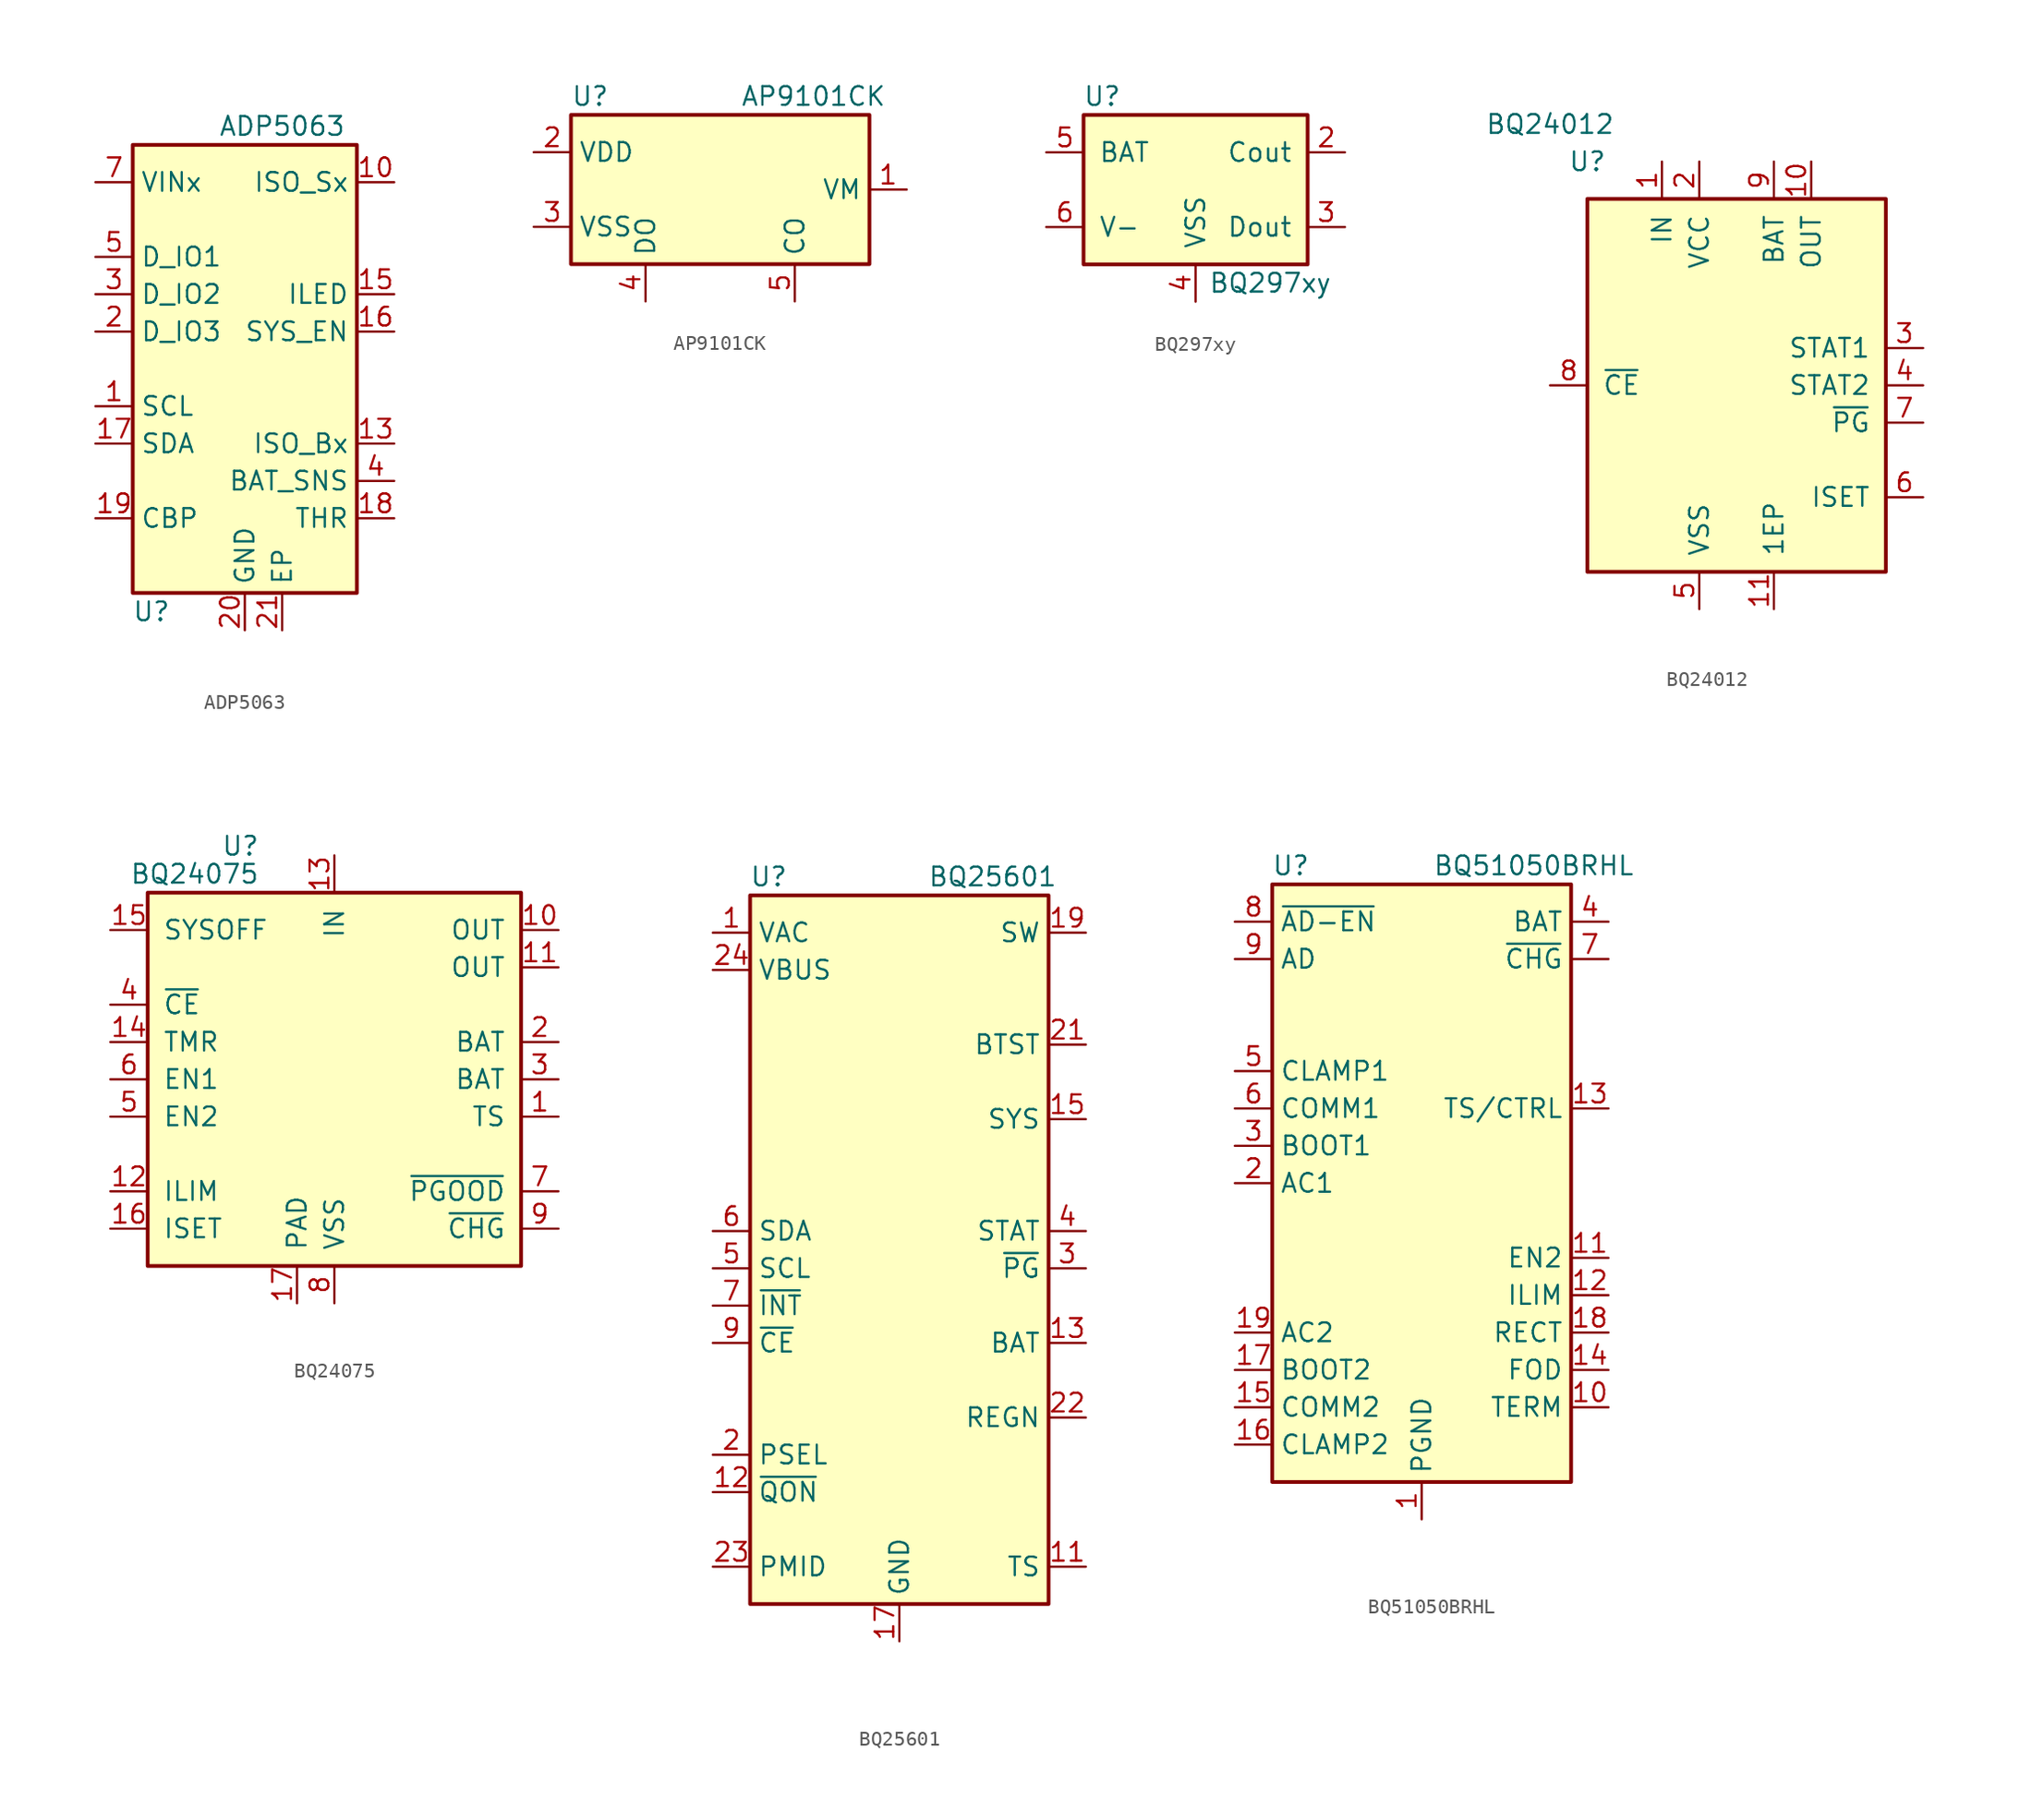
<source format=kicad_sym>
(kicad_symbol_lib
  (version 20201005)
  (generator kicad_symbol_editor)
  (symbol "ADP5063"
    (property "Reference" "U"
      (at -6.35 -16.51 0)
      (effects (font (size 1.27 1.27))))
    (property "Value" "ADP5063"
      (at 2.54 16.51 0)
      (effects (font (size 1.27 1.27))))
    (symbol "ADP5063_1_1"
      (rectangle (start -7.62 15.24) (end 7.62 -15.24) (stroke (width 0.254)) (fill (type background)))
      (pin input line (at -10.16 -2.54 0) (length 2.54) (name "SCL" (effects (font (size 1.27 1.27)))) (number "1" (effects (font (size 1.27 1.27)))))
      (pin power_out line (at 10.16 12.7 180) (length 2.54) (name "ISO_Sx" (effects (font (size 1.27 1.27)))) (number "10" (effects (font (size 1.27 1.27)))))
      (pin passive line (at 10.16 12.7 180) (length 2.54) hide (name "ISO_Sx" (effects (font (size 1.27 1.27)))) (number "11" (effects (font (size 1.27 1.27)))))
      (pin passive line (at 10.16 -5.08 180) (length 2.54) hide (name "ISO_Bx" (effects (font (size 1.27 1.27)))) (number "12" (effects (font (size 1.27 1.27)))))
      (pin passive line (at 10.16 -5.08 180) (length 2.54) (name "ISO_Bx" (effects (font (size 1.27 1.27)))) (number "13" (effects (font (size 1.27 1.27)))))
      (pin passive line (at 10.16 -5.08 180) (length 2.54) hide (name "ISO_Bx" (effects (font (size 1.27 1.27)))) (number "14" (effects (font (size 1.27 1.27)))))
      (pin open_collector line (at 10.16 5.08 180) (length 2.54) (name "ILED" (effects (font (size 1.27 1.27)))) (number "15" (effects (font (size 1.27 1.27)))))
      (pin open_collector line (at 10.16 2.54 180) (length 2.54) (name "SYS_EN" (effects (font (size 1.27 1.27)))) (number "16" (effects (font (size 1.27 1.27)))))
      (pin bidirectional line (at -10.16 -5.08 0) (length 2.54) (name "SDA" (effects (font (size 1.27 1.27)))) (number "17" (effects (font (size 1.27 1.27)))))
      (pin passive line (at 10.16 -10.16 180) (length 2.54) (name "THR" (effects (font (size 1.27 1.27)))) (number "18" (effects (font (size 1.27 1.27)))))
      (pin passive line (at -10.16 -10.16 0) (length 2.54) (name "CBP" (effects (font (size 1.27 1.27)))) (number "19" (effects (font (size 1.27 1.27)))))
      (pin bidirectional line (at -10.16 2.54 0) (length 2.54) (name "D_IO3" (effects (font (size 1.27 1.27)))) (number "2" (effects (font (size 1.27 1.27)))))
      (pin power_in line (at 0 -17.78 90) (length 2.54) (name "GND" (effects (font (size 1.27 1.27)))) (number "20" (effects (font (size 1.27 1.27)))))
      (pin passive line (at 2.54 -17.78 90) (length 2.54) (name "EP" (effects (font (size 1.27 1.27)))) (number "21" (effects (font (size 1.27 1.27)))))
      (pin bidirectional line (at -10.16 5.08 0) (length 2.54) (name "D_IO2" (effects (font (size 1.27 1.27)))) (number "3" (effects (font (size 1.27 1.27)))))
      (pin passive line (at 10.16 -7.62 180) (length 2.54) (name "BAT_SNS" (effects (font (size 1.27 1.27)))) (number "4" (effects (font (size 1.27 1.27)))))
      (pin bidirectional line (at -10.16 7.62 0) (length 2.54) (name "D_IO1" (effects (font (size 1.27 1.27)))) (number "5" (effects (font (size 1.27 1.27)))))
      (pin input line (at -10.16 12.7 0) (length 2.54) hide (name "VINx" (effects (font (size 1.27 1.27)))) (number "6" (effects (font (size 1.27 1.27)))))
      (pin input line (at -10.16 12.7 0) (length 2.54) (name "VINx" (effects (font (size 1.27 1.27)))) (number "7" (effects (font (size 1.27 1.27)))))
      (pin input line (at -10.16 12.7 0) (length 2.54) hide (name "VINx" (effects (font (size 1.27 1.27)))) (number "8" (effects (font (size 1.27 1.27)))))
      (pin passive line (at 10.16 12.7 180) (length 2.54) hide (name "ISO_Sx" (effects (font (size 1.27 1.27)))) (number "9" (effects (font (size 1.27 1.27)))))))
  (symbol "AP9101CK"
    (property "Reference" "U"
      (at -10.16 6.35 0)
      (effects (font (size 1.27 1.27)) (justify left)))
    (property "Value" "AP9101CK"
      (at 6.35 6.35 0)
      (effects (font (size 1.27 1.27))))
    (symbol "AP9101CK_0_1"
      (rectangle (start -10.16 5.08) (end 10.16 -5.08) (stroke (width 0.254)) (fill (type background))))
    (symbol "AP9101CK_1_1"
      (pin passive line (at 12.7 0 180) (length 2.54) (name "VM" (effects (font (size 1.27 1.27)))) (number "1" (effects (font (size 1.27 1.27)))))
      (pin power_in line (at -12.7 2.54 0) (length 2.54) (name "VDD" (effects (font (size 1.27 1.27)))) (number "2" (effects (font (size 1.27 1.27)))))
      (pin power_in line (at -12.7 -2.54 0) (length 2.54) (name "VSS" (effects (font (size 1.27 1.27)))) (number "3" (effects (font (size 1.27 1.27)))))
      (pin output line (at -5.08 -7.62 90) (length 2.54) (name "DO" (effects (font (size 1.27 1.27)))) (number "4" (effects (font (size 1.27 1.27)))))
      (pin output line (at 5.08 -7.62 90) (length 2.54) (name "CO" (effects (font (size 1.27 1.27)))) (number "5" (effects (font (size 1.27 1.27)))))))
  (symbol "BQ297xy"
    (pin_names
      (offset 1.016))
    (property "Reference" "U"
      (at -6.35 6.35 0)
      (effects (font (size 1.27 1.27))))
    (property "Value" "BQ297xy"
      (at 5.08 -6.35 0)
      (effects (font (size 1.27 1.27))))
    (symbol "BQ297xy_0_1"
      (rectangle (start -7.62 5.08) (end 7.62 -5.08) (stroke (width 0.254)) (fill (type background))))
    (symbol "BQ297xy_1_1"
      (pin no_connect line (at 7.62 0 180) (length 2.54) hide (name "NC" (effects (font (size 1.27 1.27)))) (number "1" (effects (font (size 1.27 1.27)))))
      (pin output line (at 10.16 2.54 180) (length 2.54) (name "Cout" (effects (font (size 1.27 1.27)))) (number "2" (effects (font (size 1.27 1.27)))))
      (pin output line (at 10.16 -2.54 180) (length 2.54) (name "Dout" (effects (font (size 1.27 1.27)))) (number "3" (effects (font (size 1.27 1.27)))))
      (pin power_in line (at 0 -7.62 90) (length 2.54) (name "VSS" (effects (font (size 1.27 1.27)))) (number "4" (effects (font (size 1.27 1.27)))))
      (pin input line (at -10.16 2.54 0) (length 2.54) (name "BAT" (effects (font (size 1.27 1.27)))) (number "5" (effects (font (size 1.27 1.27)))))
      (pin input line (at -10.16 -2.54 0) (length 2.54) (name "V-" (effects (font (size 1.27 1.27)))) (number "6" (effects (font (size 1.27 1.27)))))))
  (symbol "BQ24012"
    (pin_names
      (offset 1.016))
    (property "Reference" "U"
      (at -10.16 15.24 0)
      (effects (font (size 1.27 1.27))))
    (property "Value" "BQ24012"
      (at -12.7 17.78 0)
      (effects (font (size 1.27 1.27))))
    (symbol "BQ24012_0_1"
      (rectangle (start -10.16 12.7) (end 10.16 -12.7) (stroke (width 0.254)) (fill (type background))))
    (symbol "BQ24012_1_1"
      (pin power_in line (at -5.08 15.24 270) (length 2.54) (name "IN" (effects (font (size 1.27 1.27)))) (number "1" (effects (font (size 1.27 1.27)))))
      (pin power_out line (at 5.08 15.24 270) (length 2.54) (name "OUT" (effects (font (size 1.27 1.27)))) (number "10" (effects (font (size 1.27 1.27)))))
      (pin passive line (at 2.54 -15.24 90) (length 2.54) (name "1EP" (effects (font (size 1.27 1.27)))) (number "11" (effects (font (size 1.27 1.27)))))
      (pin power_in line (at -2.54 15.24 270) (length 2.54) (name "VCC" (effects (font (size 1.27 1.27)))) (number "2" (effects (font (size 1.27 1.27)))))
      (pin open_collector line (at 12.7 2.54 180) (length 2.54) (name "STAT1" (effects (font (size 1.27 1.27)))) (number "3" (effects (font (size 1.27 1.27)))))
      (pin open_collector line (at 12.7 0 180) (length 2.54) (name "STAT2" (effects (font (size 1.27 1.27)))) (number "4" (effects (font (size 1.27 1.27)))))
      (pin power_in line (at -2.54 -15.24 90) (length 2.54) (name "VSS" (effects (font (size 1.27 1.27)))) (number "5" (effects (font (size 1.27 1.27)))))
      (pin output line (at 12.7 -7.62 180) (length 2.54) (name "ISET" (effects (font (size 1.27 1.27)))) (number "6" (effects (font (size 1.27 1.27)))))
      (pin open_collector line (at 12.7 -2.54 180) (length 2.54) (name "~PG" (effects (font (size 1.27 1.27)))) (number "7" (effects (font (size 1.27 1.27)))))
      (pin input line (at -12.7 0 0) (length 2.54) (name "~CE" (effects (font (size 1.27 1.27)))) (number "8" (effects (font (size 1.27 1.27)))))
      (pin input line (at 2.54 15.24 270) (length 2.54) (name "BAT" (effects (font (size 1.27 1.27)))) (number "9" (effects (font (size 1.27 1.27)))))))
  (symbol "BQ24075"
    (pin_names
      (offset 1.016))
    (property "Reference" "U"
      (at -5.08 15.875 0)
      (effects (font (size 1.27 1.27)) (justify right)))
    (property "Value" "BQ24075"
      (at -5.08 13.97 0)
      (effects (font (size 1.27 1.27)) (justify right)))
    (symbol "BQ24075_0_1"
      (rectangle (start -12.7 12.7) (end 12.7 -12.7) (stroke (width 0.254)) (fill (type background))))
    (symbol "BQ24075_1_1"
      (pin passive line (at 15.24 -2.54 180) (length 2.54) (name "TS" (effects (font (size 1.27 1.27)))) (number "1" (effects (font (size 1.27 1.27)))))
      (pin power_out line (at 15.24 10.16 180) (length 2.54) (name "OUT" (effects (font (size 1.27 1.27)))) (number "10" (effects (font (size 1.27 1.27)))))
      (pin power_out line (at 15.24 7.62 180) (length 2.54) (name "OUT" (effects (font (size 1.27 1.27)))) (number "11" (effects (font (size 1.27 1.27)))))
      (pin passive line (at -15.24 -7.62 0) (length 2.54) (name "ILIM" (effects (font (size 1.27 1.27)))) (number "12" (effects (font (size 1.27 1.27)))))
      (pin power_in line (at 0 15.24 270) (length 2.54) (name "IN" (effects (font (size 1.27 1.27)))) (number "13" (effects (font (size 1.27 1.27)))))
      (pin input line (at -15.24 2.54 0) (length 2.54) (name "TMR" (effects (font (size 1.27 1.27)))) (number "14" (effects (font (size 1.27 1.27)))))
      (pin input line (at -15.24 10.16 0) (length 2.54) (name "SYSOFF" (effects (font (size 1.27 1.27)))) (number "15" (effects (font (size 1.27 1.27)))))
      (pin passive line (at -15.24 -10.16 0) (length 2.54) (name "ISET" (effects (font (size 1.27 1.27)))) (number "16" (effects (font (size 1.27 1.27)))))
      (pin power_in line (at -2.54 -15.24 90) (length 2.54) (name "PAD" (effects (font (size 1.27 1.27)))) (number "17" (effects (font (size 1.27 1.27)))))
      (pin power_out line (at 15.24 2.54 180) (length 2.54) (name "BAT" (effects (font (size 1.27 1.27)))) (number "2" (effects (font (size 1.27 1.27)))))
      (pin power_out line (at 15.24 0 180) (length 2.54) (name "BAT" (effects (font (size 1.27 1.27)))) (number "3" (effects (font (size 1.27 1.27)))))
      (pin input line (at -15.24 5.08 0) (length 2.54) (name "~CE" (effects (font (size 1.27 1.27)))) (number "4" (effects (font (size 1.27 1.27)))))
      (pin input line (at -15.24 -2.54 0) (length 2.54) (name "EN2" (effects (font (size 1.27 1.27)))) (number "5" (effects (font (size 1.27 1.27)))))
      (pin input line (at -15.24 0 0) (length 2.54) (name "EN1" (effects (font (size 1.27 1.27)))) (number "6" (effects (font (size 1.27 1.27)))))
      (pin open_collector line (at 15.24 -7.62 180) (length 2.54) (name "~PGOOD" (effects (font (size 1.27 1.27)))) (number "7" (effects (font (size 1.27 1.27)))))
      (pin power_in line (at 0 -15.24 90) (length 2.54) (name "VSS" (effects (font (size 1.27 1.27)))) (number "8" (effects (font (size 1.27 1.27)))))
      (pin open_collector line (at 15.24 -10.16 180) (length 2.54) (name "~CHG" (effects (font (size 1.27 1.27)))) (number "9" (effects (font (size 1.27 1.27)))))))
  (symbol "BQ25601"
    (property "Reference" "U"
      (at -8.89 26.67 0)
      (effects (font (size 1.27 1.27))))
    (property "Value" "BQ25601"
      (at 6.35 26.67 0)
      (effects (font (size 1.27 1.27))))
    (symbol "BQ25601_0_1"
      (rectangle (start -10.16 -22.86) (end 10.16 25.4) (stroke (width 0.254)) (fill (type background))))
    (symbol "BQ25601_1_1"
      (pin input line (at -12.7 22.86 0) (length 2.54) (name "VAC" (effects (font (size 1.27 1.27)))) (number "1" (effects (font (size 1.27 1.27)))))
      (pin no_connect line (at -10.16 12.7 0) (length 2.54) hide (name "NC" (effects (font (size 1.27 1.27)))) (number "10" (effects (font (size 1.27 1.27)))))
      (pin passive line (at 12.7 -20.32 180) (length 2.54) (name "TS" (effects (font (size 1.27 1.27)))) (number "11" (effects (font (size 1.27 1.27)))))
      (pin input line (at -12.7 -15.24 0) (length 2.54) (name "~QON" (effects (font (size 1.27 1.27)))) (number "12" (effects (font (size 1.27 1.27)))))
      (pin power_in line (at 12.7 -5.08 180) (length 2.54) (name "BAT" (effects (font (size 1.27 1.27)))) (number "13" (effects (font (size 1.27 1.27)))))
      (pin passive line (at 12.7 -5.08 180) (length 2.54) hide (name "BAT" (effects (font (size 1.27 1.27)))) (number "14" (effects (font (size 1.27 1.27)))))
      (pin passive line (at 12.7 10.16 180) (length 2.54) (name "SYS" (effects (font (size 1.27 1.27)))) (number "15" (effects (font (size 1.27 1.27)))))
      (pin passive line (at 12.7 10.16 180) (length 2.54) hide (name "SYS" (effects (font (size 1.27 1.27)))) (number "16" (effects (font (size 1.27 1.27)))))
      (pin power_in line (at 0 -25.4 90) (length 2.54) (name "GND" (effects (font (size 1.27 1.27)))) (number "17" (effects (font (size 1.27 1.27)))))
      (pin passive line (at 0 -25.4 90) (length 2.54) hide (name "GND" (effects (font (size 1.27 1.27)))) (number "18" (effects (font (size 1.27 1.27)))))
      (pin passive line (at 12.7 22.86 180) (length 2.54) (name "SW" (effects (font (size 1.27 1.27)))) (number "19" (effects (font (size 1.27 1.27)))))
      (pin input line (at -12.7 -12.7 0) (length 2.54) (name "PSEL" (effects (font (size 1.27 1.27)))) (number "2" (effects (font (size 1.27 1.27)))))
      (pin passive line (at 12.7 22.86 180) (length 2.54) hide (name "SW" (effects (font (size 1.27 1.27)))) (number "20" (effects (font (size 1.27 1.27)))))
      (pin input line (at 12.7 15.24 180) (length 2.54) (name "BTST" (effects (font (size 1.27 1.27)))) (number "21" (effects (font (size 1.27 1.27)))))
      (pin passive line (at 12.7 -10.16 180) (length 2.54) (name "REGN" (effects (font (size 1.27 1.27)))) (number "22" (effects (font (size 1.27 1.27)))))
      (pin passive line (at -12.7 -20.32 0) (length 2.54) (name "PMID" (effects (font (size 1.27 1.27)))) (number "23" (effects (font (size 1.27 1.27)))))
      (pin power_in line (at -12.7 20.32 0) (length 2.54) (name "VBUS" (effects (font (size 1.27 1.27)))) (number "24" (effects (font (size 1.27 1.27)))))
      (pin passive line (at 0 -25.4 90) (length 2.54) hide (name "GND" (effects (font (size 1.27 1.27)))) (number "25" (effects (font (size 1.27 1.27)))))
      (pin open_collector line (at 12.7 0 180) (length 2.54) (name "~PG" (effects (font (size 1.27 1.27)))) (number "3" (effects (font (size 1.27 1.27)))))
      (pin open_collector line (at 12.7 2.54 180) (length 2.54) (name "STAT" (effects (font (size 1.27 1.27)))) (number "4" (effects (font (size 1.27 1.27)))))
      (pin input line (at -12.7 0 0) (length 2.54) (name "SCL" (effects (font (size 1.27 1.27)))) (number "5" (effects (font (size 1.27 1.27)))))
      (pin bidirectional line (at -12.7 2.54 0) (length 2.54) (name "SDA" (effects (font (size 1.27 1.27)))) (number "6" (effects (font (size 1.27 1.27)))))
      (pin open_collector line (at -12.7 -2.54 0) (length 2.54) (name "~INT" (effects (font (size 1.27 1.27)))) (number "7" (effects (font (size 1.27 1.27)))))
      (pin no_connect line (at -10.16 15.24 0) (length 2.54) hide (name "NC" (effects (font (size 1.27 1.27)))) (number "8" (effects (font (size 1.27 1.27)))))
      (pin input line (at -12.7 -5.08 0) (length 2.54) (name "~CE" (effects (font (size 1.27 1.27)))) (number "9" (effects (font (size 1.27 1.27)))))))
  (symbol "BQ51050BRHL"
    (property "Reference" "U"
      (at -8.89 21.59 0)
      (effects (font (size 1.27 1.27))))
    (property "Value" "BQ51050BRHL"
      (at 7.62 21.59 0)
      (effects (font (size 1.27 1.27))))
    (symbol "BQ51050BRHL_0_1"
      (rectangle (start -10.16 -20.32) (end 10.16 20.32) (stroke (width 0.254)) (fill (type background))))
    (symbol "BQ51050BRHL_1_1"
      (pin power_in line (at 0 -22.86 90) (length 2.54) (name "PGND" (effects (font (size 1.27 1.27)))) (number "1" (effects (font (size 1.27 1.27)))))
      (pin input line (at 12.7 -15.24 180) (length 2.54) (name "TERM" (effects (font (size 1.27 1.27)))) (number "10" (effects (font (size 1.27 1.27)))))
      (pin input line (at 12.7 -5.08 180) (length 2.54) (name "EN2" (effects (font (size 1.27 1.27)))) (number "11" (effects (font (size 1.27 1.27)))))
      (pin passive line (at 12.7 -7.62 180) (length 2.54) (name "ILIM" (effects (font (size 1.27 1.27)))) (number "12" (effects (font (size 1.27 1.27)))))
      (pin input line (at 12.7 5.08 180) (length 2.54) (name "TS/CTRL" (effects (font (size 1.27 1.27)))) (number "13" (effects (font (size 1.27 1.27)))))
      (pin input line (at 12.7 -12.7 180) (length 2.54) (name "FOD" (effects (font (size 1.27 1.27)))) (number "14" (effects (font (size 1.27 1.27)))))
      (pin open_collector line (at -12.7 -15.24 0) (length 2.54) (name "COMM2" (effects (font (size 1.27 1.27)))) (number "15" (effects (font (size 1.27 1.27)))))
      (pin open_collector line (at -12.7 -17.78 0) (length 2.54) (name "CLAMP2" (effects (font (size 1.27 1.27)))) (number "16" (effects (font (size 1.27 1.27)))))
      (pin passive line (at -12.7 -12.7 0) (length 2.54) (name "BOOT2" (effects (font (size 1.27 1.27)))) (number "17" (effects (font (size 1.27 1.27)))))
      (pin passive line (at 12.7 -10.16 180) (length 2.54) (name "RECT" (effects (font (size 1.27 1.27)))) (number "18" (effects (font (size 1.27 1.27)))))
      (pin input line (at -12.7 -10.16 0) (length 2.54) (name "AC2" (effects (font (size 1.27 1.27)))) (number "19" (effects (font (size 1.27 1.27)))))
      (pin input line (at -12.7 0 0) (length 2.54) (name "AC1" (effects (font (size 1.27 1.27)))) (number "2" (effects (font (size 1.27 1.27)))))
      (pin passive line (at 0 -22.86 90) (length 2.54) hide (name "PGND" (effects (font (size 1.27 1.27)))) (number "20" (effects (font (size 1.27 1.27)))))
      (pin passive line (at 0 -22.86 90) (length 2.54) hide (name "PGND" (effects (font (size 1.27 1.27)))) (number "21" (effects (font (size 1.27 1.27)))))
      (pin passive line (at -12.7 2.54 0) (length 2.54) (name "BOOT1" (effects (font (size 1.27 1.27)))) (number "3" (effects (font (size 1.27 1.27)))))
      (pin power_out line (at 12.7 17.78 180) (length 2.54) (name "BAT" (effects (font (size 1.27 1.27)))) (number "4" (effects (font (size 1.27 1.27)))))
      (pin open_collector line (at -12.7 7.62 0) (length 2.54) (name "CLAMP1" (effects (font (size 1.27 1.27)))) (number "5" (effects (font (size 1.27 1.27)))))
      (pin open_collector line (at -12.7 5.08 0) (length 2.54) (name "COMM1" (effects (font (size 1.27 1.27)))) (number "6" (effects (font (size 1.27 1.27)))))
      (pin open_collector line (at 12.7 15.24 180) (length 2.54) (name "~CHG" (effects (font (size 1.27 1.27)))) (number "7" (effects (font (size 1.27 1.27)))))
      (pin output line (at -12.7 17.78 0) (length 2.54) (name "~AD-EN" (effects (font (size 1.27 1.27)))) (number "8" (effects (font (size 1.27 1.27)))))
      (pin input line (at -12.7 15.24 0) (length 2.54) (name "AD" (effects (font (size 1.27 1.27)))) (number "9" (effects (font (size 1.27 1.27))))))))
</source>
